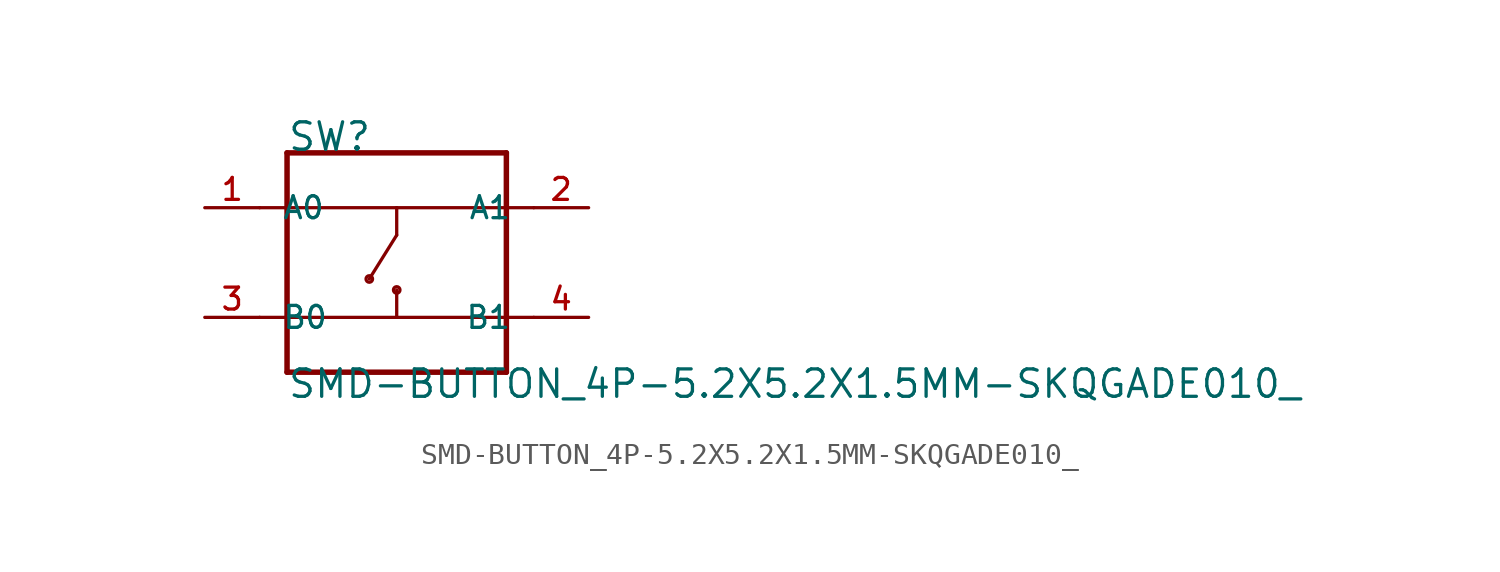
<source format=kicad_sym>
(kicad_symbol_lib
  (version 20211014)
  (generator kicad_symbol_editor)
  (symbol "SMD-BUTTON_4P-5.2X5.2X1.5MM-SKQGADE010_"
    (pin_names
      (offset 1.016))
    (property "Reference" "SW"
      (at -5.086 5.086 0)
      (effects (font (size 1.27 1.27)) (justify bottom left)))
    (property "Value" "SMD-BUTTON_4P-5.2X5.2X1.5MM-SKQGADE010_"
      (at -5.088 -6.36 0)
      (effects (font (size 1.27 1.27)) (justify bottom left)))
    (symbol "SMD-BUTTON_4P-5.2X5.2X1.5MM-SKQGADE010__0_0"
      (polyline (pts (xy -5.08 5.08) (xy 5.08 5.08)) (stroke (width 0.254)))
      (polyline (pts (xy 5.08 5.08) (xy 5.08 2.54)) (stroke (width 0.254)))
      (polyline (pts (xy 5.08 2.54) (xy 5.08 -2.54)) (stroke (width 0.254)))
      (polyline (pts (xy 5.08 -2.54) (xy 5.08 -5.08)) (stroke (width 0.254)))
      (polyline (pts (xy 5.08 -5.08) (xy -5.08 -5.08)) (stroke (width 0.254)))
      (polyline (pts (xy -5.08 -5.08) (xy -5.08 -2.54)) (stroke (width 0.254)))
      (polyline (pts (xy -5.08 -2.54) (xy -5.08 2.54)) (stroke (width 0.254)))
      (polyline (pts (xy -5.08 2.54) (xy -5.08 5.08)) (stroke (width 0.254)))
      (polyline (pts (xy -5.08 2.54) (xy 0.0 2.54)) (stroke (width 0.152)))
      (polyline (pts (xy 0.0 2.54) (xy 5.08 2.54)) (stroke (width 0.152)))
      (polyline (pts (xy 0.0 2.54) (xy 0.0 1.27)) (stroke (width 0.152)))
      (polyline (pts (xy 0.0 1.27) (xy -1.27 -0.762)) (stroke (width 0.152)))
      (polyline (pts (xy 0.0 -1.27) (xy 0.0 -2.54)) (stroke (width 0.152)))
      (polyline (pts (xy 0.0 -2.54) (xy 5.08 -2.54)) (stroke (width 0.152)))
      (polyline (pts (xy 0.0 -2.54) (xy -5.08 -2.54)) (stroke (width 0.152)))
      (polyline (pts (xy -6.35 2.54) (xy -5.08 2.54)) (stroke (width 0.152)))
      (polyline (pts (xy -6.35 -2.54) (xy -5.08 -2.54)) (stroke (width 0.152)))
      (polyline (pts (xy 6.35 -2.54) (xy 5.08 -2.54)) (stroke (width 0.152)))
      (polyline (pts (xy 6.35 2.54) (xy 5.08 2.54)) (stroke (width 0.152)))
      (circle (center -1.27 -0.762) (radius 0.152) (stroke (width 0.0)) (fill (type none)))
      (circle (center 0.0 -1.27) (radius 0.152) (stroke (width 0.0)) (fill (type none)))
      (pin bidirectional line (at -8.89 2.54 0) (length 2.54) (name "A0" (effects (font (size 1.016 1.016)))) (number "1" (effects (font (size 1.016 1.016)))))
      (pin bidirectional line (at 8.89 2.54 180.0) (length 2.54) (name "A1" (effects (font (size 1.016 1.016)))) (number "2" (effects (font (size 1.016 1.016)))))
      (pin bidirectional line (at -8.89 -2.54 0) (length 2.54) (name "B0" (effects (font (size 1.016 1.016)))) (number "3" (effects (font (size 1.016 1.016)))))
      (pin bidirectional line (at 8.89 -2.54 180.0) (length 2.54) (name "B1" (effects (font (size 1.016 1.016)))) (number "4" (effects (font (size 1.016 1.016))))))))
</source>
